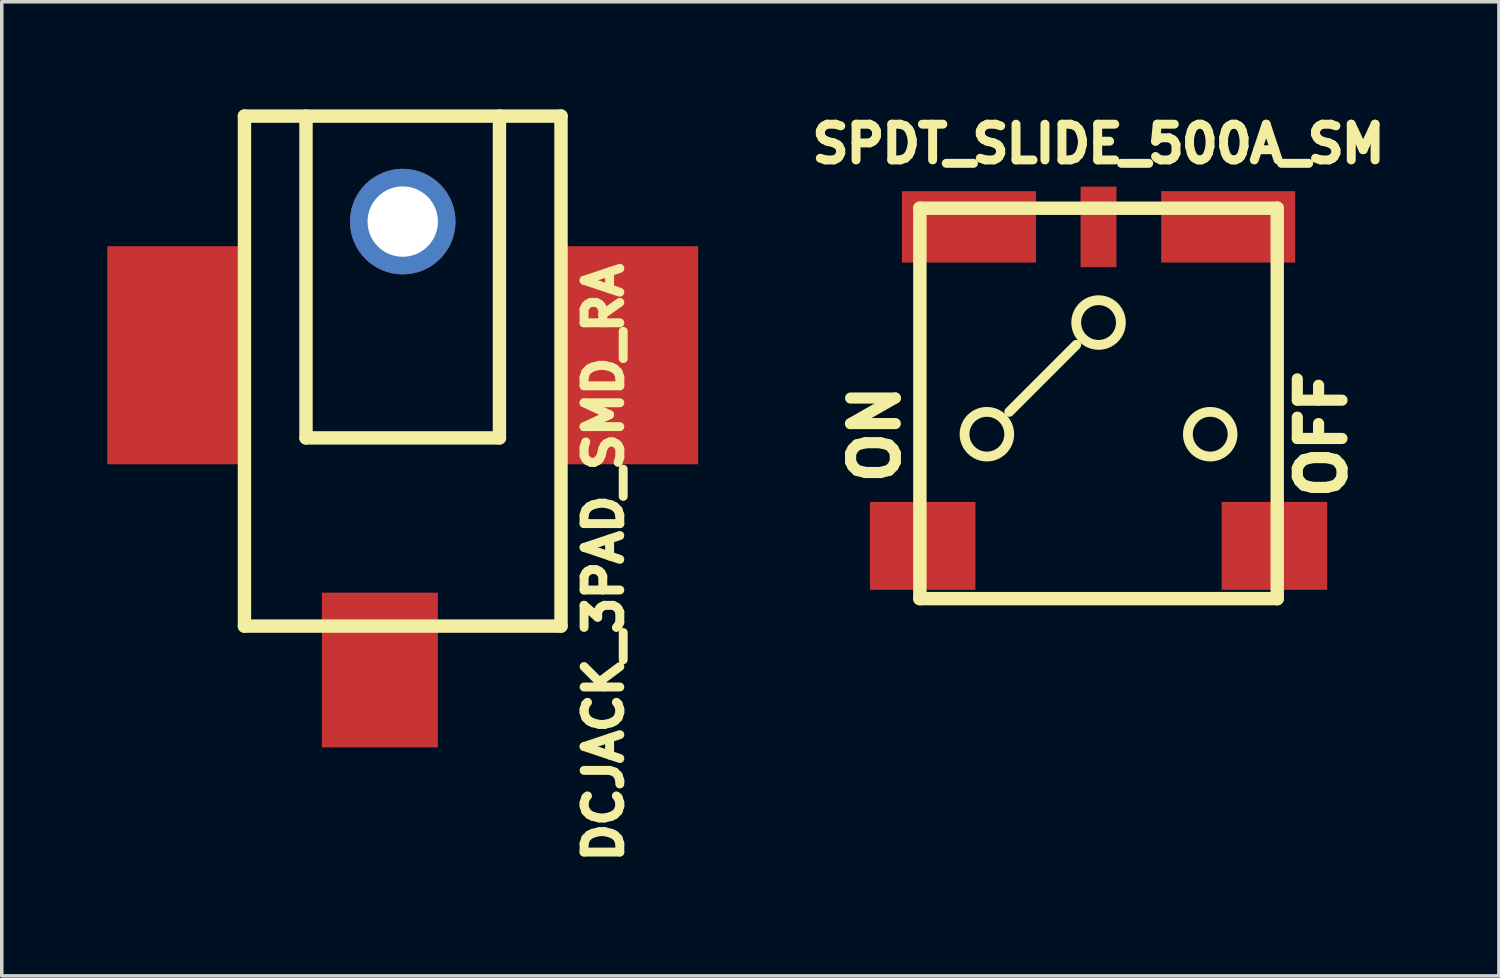
<source format=kicad_pcb>
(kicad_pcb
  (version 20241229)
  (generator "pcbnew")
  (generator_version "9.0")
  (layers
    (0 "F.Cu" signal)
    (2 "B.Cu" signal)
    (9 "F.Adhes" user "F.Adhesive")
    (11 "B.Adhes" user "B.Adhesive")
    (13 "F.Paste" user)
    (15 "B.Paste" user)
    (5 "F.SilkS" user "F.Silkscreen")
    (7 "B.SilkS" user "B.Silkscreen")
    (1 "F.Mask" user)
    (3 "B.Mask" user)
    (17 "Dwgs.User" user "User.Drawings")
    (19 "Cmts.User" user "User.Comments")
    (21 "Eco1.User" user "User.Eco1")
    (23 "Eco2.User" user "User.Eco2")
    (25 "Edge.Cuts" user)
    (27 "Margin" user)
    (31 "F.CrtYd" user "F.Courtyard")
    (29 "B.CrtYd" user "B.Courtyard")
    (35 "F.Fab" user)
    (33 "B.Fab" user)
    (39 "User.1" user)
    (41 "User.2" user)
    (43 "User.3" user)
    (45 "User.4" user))
  (footprint "SPDT_SLIDE_500A_SM"
    (layer "F.Cu")
    (at 28.183 12.47)
    (property "Reference" "SPDT_SLIDE_500A_SM" (at 0 -11.43 180) (layer "F.SilkS") (effects (font (size 1.016 1.016) (thickness 0.254))))
    (attr through_hole)
    (fp_line (start -5.08 -9.6) (end -5.08 1.5) (stroke (width 0.381) (type solid)) (layer "F.SilkS"))
    (fp_line (start -2.54 -3.81) (end -0.635 -5.715) (stroke (width 0.279) (type solid)) (layer "F.SilkS"))
    (fp_line (start 5.08 -9.6) (end -5.08 -9.6) (stroke (width 0.381) (type solid)) (layer "F.SilkS"))
    (fp_line (start 5.08 -9.6) (end 5.08 1.5) (stroke (width 0.381) (type solid)) (layer "F.SilkS"))
    (fp_line (start 5.08 1.5) (end -5.08 1.5) (stroke (width 0.381) (type solid)) (layer "F.SilkS"))
    (fp_circle (center -3.175 -3.175) (end -3.175 -3.81) (stroke (width 0.279) (type solid)) (fill no) (layer "F.SilkS"))
    (fp_circle (center 0 -6.35) (end 0 -6.985) (stroke (width 0.279) (type solid)) (fill no) (layer "F.SilkS"))
    (fp_circle (center 3.175 -3.175) (end 3.175 -3.81) (stroke (width 0.279) (type solid)) (fill no) (layer "F.SilkS"))
    (fp_text user "ON" (at -6.35 -3.175 90) (layer "F.SilkS") (effects (font (size 1.27 1.27) (thickness 0.318))))
    (fp_text user "OFF" (at 6.35 -3.175 90) (layer "F.SilkS") (effects (font (size 1.27 1.27) (thickness 0.318))))
    (pad "" smd rect (at -5 0) (size 3 2.5) (layers "F.Cu" "F.Mask" "F.Paste"))
    (pad "" smd rect (at 5 0) (size 3 2.5) (layers "F.Cu" "F.Mask" "F.Paste"))
    (pad "1" smd rect (at -3.685 -9.07) (size 3.81 2.03) (layers "F.Cu" "F.Mask" "F.Paste"))
    (pad "2" smd rect (at 0 -9.07) (size 1.02 2.29) (layers "F.Cu" "F.Mask" "F.Paste"))
    (pad "3" smd rect (at 3.685 -9.07) (size 3.81 2.03) (layers "F.Cu" "F.Mask" "F.Paste")))
  (footprint "DCJACK_3PAD_SMD_RA"
    (layer "F.Cu")
    (at 8.4 0.25)
    (property "Reference" "DCJACK_3PAD_SMD_RA" (at 5.715 12.7 270) (layer "F.SilkS") (effects (font (size 1.016 1.016) (thickness 0.254))))
    (attr through_hole)
    (fp_line (start -4.5 14.5) (end -4.5 0) (stroke (width 0.381) (type solid)) (layer "F.SilkS"))
    (fp_line (start -2.75 0) (end -2.75 9.15) (stroke (width 0.381) (type solid)) (layer "F.SilkS"))
    (fp_line (start 2.75 0) (end 2.75 9.15) (stroke (width 0.381) (type solid)) (layer "F.SilkS"))
    (fp_line (start 2.75 9.15) (end -2.75 9.15) (stroke (width 0.381) (type solid)) (layer "F.SilkS"))
    (fp_line (start 4.5 0) (end -4.5 0) (stroke (width 0.381) (type solid)) (layer "F.SilkS"))
    (fp_line (start 4.5 0) (end 4.5 14.5) (stroke (width 0.381) (type solid)) (layer "F.SilkS"))
    (fp_line (start 4.5 14.5) (end -4.5 14.5) (stroke (width 0.381) (type solid)) (layer "F.SilkS"))
    (pad "" thru_hole circle (at 0 3 270) (size 3 3) (drill 2) (layers "*.Cu" "*.Mask"))
    (pad "1" smd rect (at -0.65 15.75 270) (size 4.4 3.3) (layers "F.Cu" "F.Mask" "F.Paste"))
    (pad "2" smd rect (at 6.45 6.8 270) (size 6.2 3.9) (layers "F.Cu" "F.Mask" "F.Paste"))
    (pad "3" smd rect (at -6.45 6.8 270) (size 6.2 3.9) (layers "F.Cu" "F.Mask" "F.Paste")))
  (gr_rect
    (start -3 -3)
    (end 39.566 24.696)
    (stroke (width 0.1) (type default))
    (fill no)
    (layer "Edge.Cuts")))
</source>
